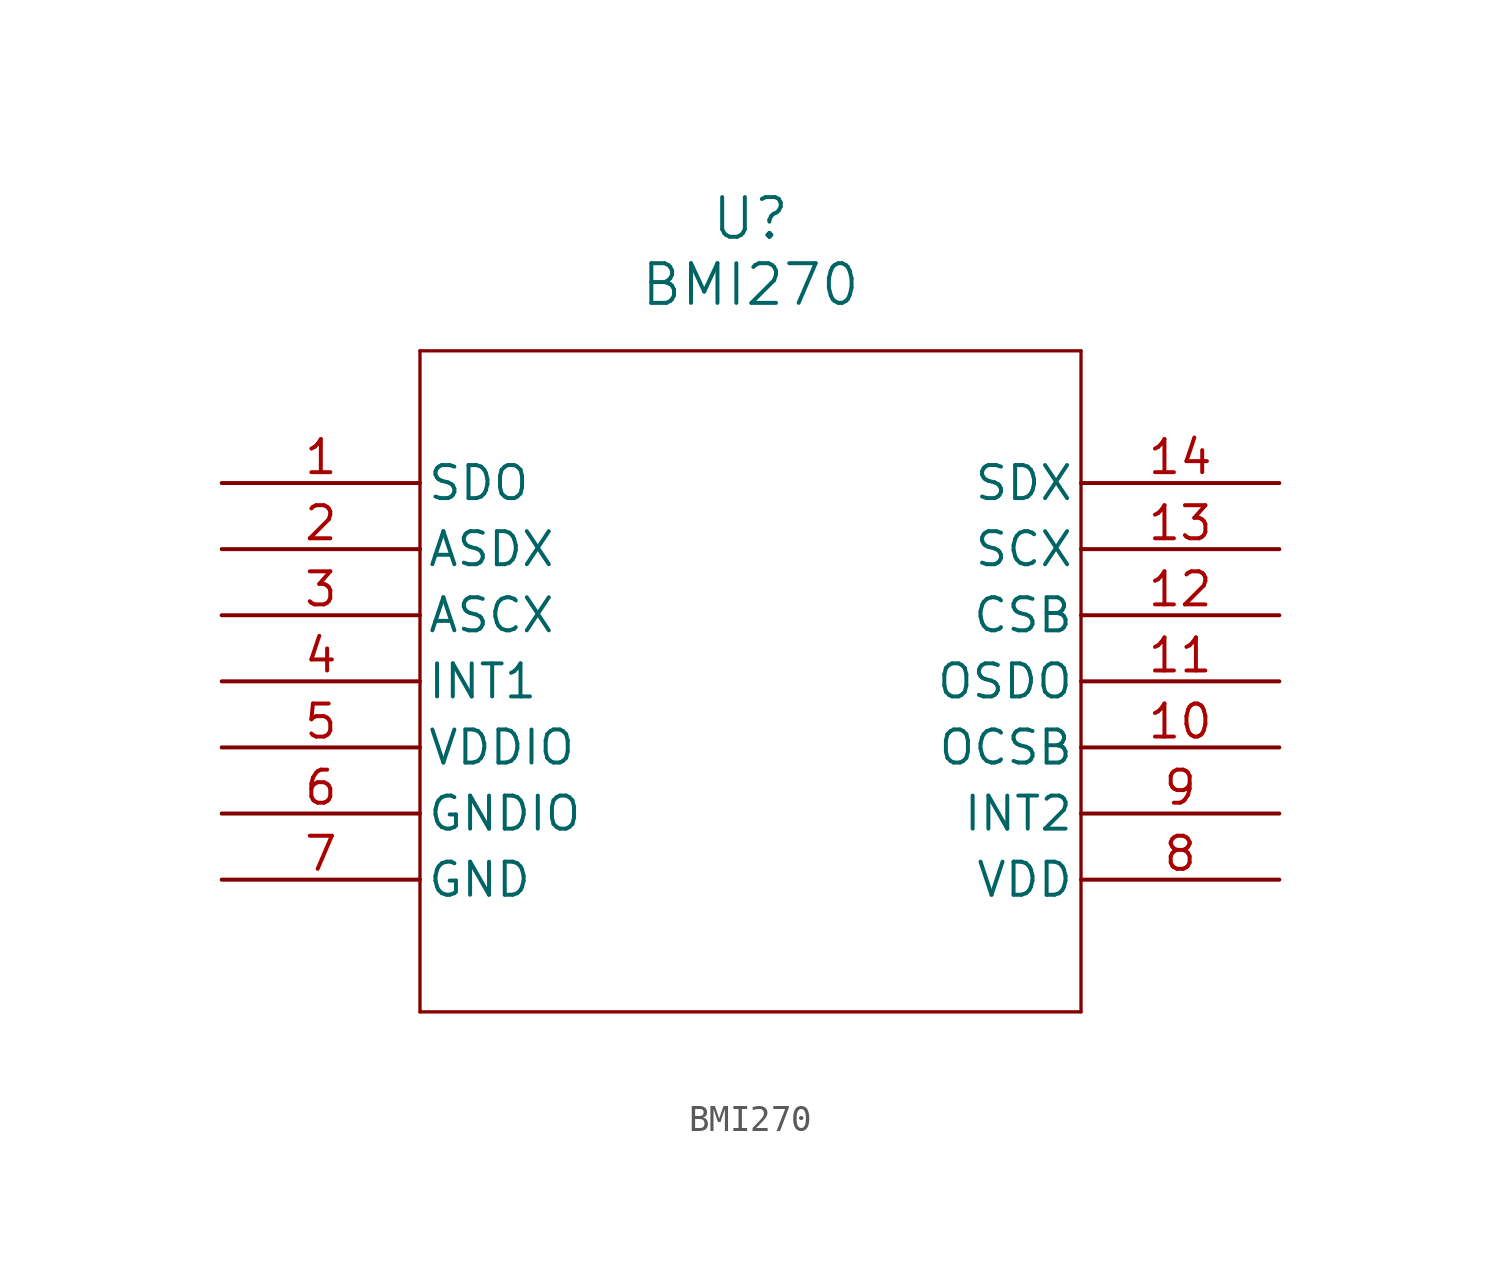
<source format=kicad_sym>
(kicad_symbol_lib
  (version 20211014)
  (generator kicad_symbol_editor)
  (symbol "BMI270"
    (pin_names
      (offset 0.254))
    (property "Reference" "U"
      (at 20.32 10.16 0)
      (effects (font (size 1.524 1.524))))
    (property "Value" "BMI270"
      (at 20.32 7.62 0)
      (effects (font (size 1.524 1.524))))
    (symbol "BMI270_0_1"
      (polyline (pts (xy 7.62 5.08) (xy 7.62 -20.32)) (stroke (width 0.127) (type default) (color 0 0 0 0)) (fill (type none)))
      (polyline (pts (xy 7.62 -20.32) (xy 33.02 -20.32)) (stroke (width 0.127) (type default) (color 0 0 0 0)) (fill (type none)))
      (polyline (pts (xy 33.02 -20.32) (xy 33.02 5.08)) (stroke (width 0.127) (type default) (color 0 0 0 0)) (fill (type none)))
      (polyline (pts (xy 33.02 5.08) (xy 7.62 5.08)) (stroke (width 0.127) (type default) (color 0 0 0 0)) (fill (type none)))
      (pin bidirectional line (at 0 0 0) (length 7.62) (name "SDO" (effects (font (size 1.27 1.27)))) (number "1" (effects (font (size 1.27 1.27)))))
      (pin bidirectional line (at 0 -2.54 0) (length 7.62) (name "ASDX" (effects (font (size 1.27 1.27)))) (number "2" (effects (font (size 1.27 1.27)))))
      (pin bidirectional line (at 0 -5.08 0) (length 7.62) (name "ASCX" (effects (font (size 1.27 1.27)))) (number "3" (effects (font (size 1.27 1.27)))))
      (pin bidirectional line (at 0 -7.62 0) (length 7.62) (name "INT1" (effects (font (size 1.27 1.27)))) (number "4" (effects (font (size 1.27 1.27)))))
      (pin power_in line (at 0 -10.16 0) (length 7.62) (name "VDDIO" (effects (font (size 1.27 1.27)))) (number "5" (effects (font (size 1.27 1.27)))))
      (pin power_out line (at 0 -12.7 0) (length 7.62) (name "GNDIO" (effects (font (size 1.27 1.27)))) (number "6" (effects (font (size 1.27 1.27)))))
      (pin power_out line (at 0 -15.24 0) (length 7.62) (name "GND" (effects (font (size 1.27 1.27)))) (number "7" (effects (font (size 1.27 1.27)))))
      (pin power_in line (at 40.64 -15.24 180) (length 7.62) (name "VDD" (effects (font (size 1.27 1.27)))) (number "8" (effects (font (size 1.27 1.27)))))
      (pin bidirectional line (at 40.64 -12.7 180) (length 7.62) (name "INT2" (effects (font (size 1.27 1.27)))) (number "9" (effects (font (size 1.27 1.27)))))
      (pin input line (at 40.64 -10.16 180) (length 7.62) (name "OCSB" (effects (font (size 1.27 1.27)))) (number "10" (effects (font (size 1.27 1.27)))))
      (pin output line (at 40.64 -7.62 180) (length 7.62) (name "OSDO" (effects (font (size 1.27 1.27)))) (number "11" (effects (font (size 1.27 1.27)))))
      (pin input line (at 40.64 -5.08 180) (length 7.62) (name "CSB" (effects (font (size 1.27 1.27)))) (number "12" (effects (font (size 1.27 1.27)))))
      (pin input line (at 40.64 -2.54 180) (length 7.62) (name "SCX" (effects (font (size 1.27 1.27)))) (number "13" (effects (font (size 1.27 1.27)))))
      (pin bidirectional line (at 40.64 0 180) (length 7.62) (name "SDX" (effects (font (size 1.27 1.27)))) (number "14" (effects (font (size 1.27 1.27))))))))
</source>
